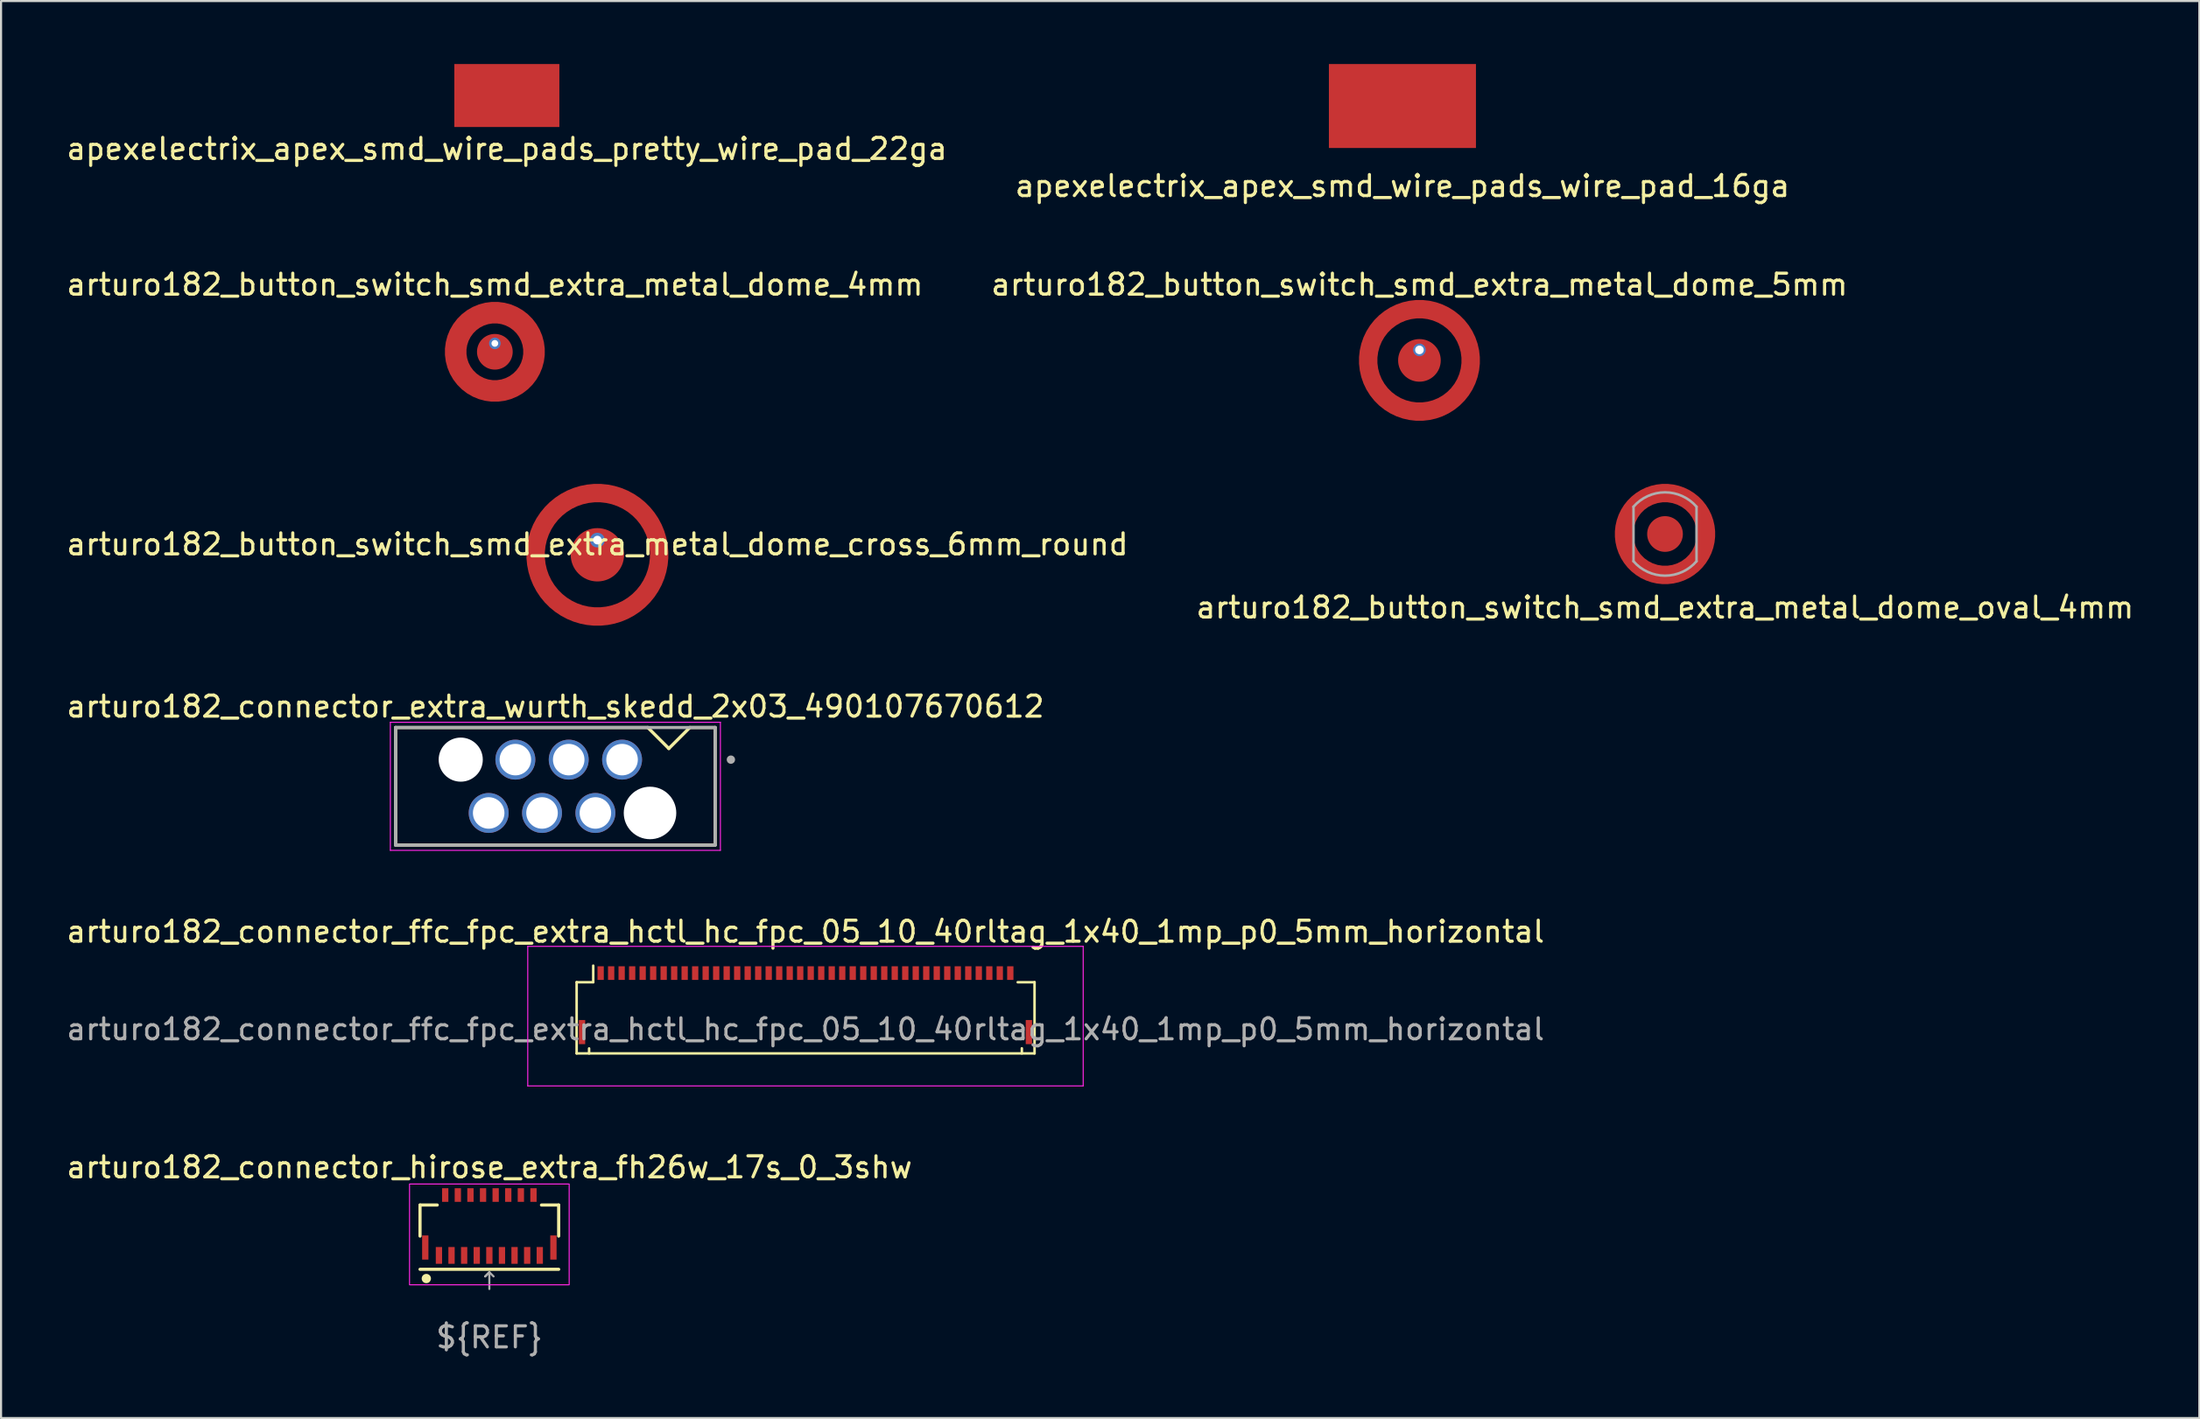
<source format=kicad_pcb>
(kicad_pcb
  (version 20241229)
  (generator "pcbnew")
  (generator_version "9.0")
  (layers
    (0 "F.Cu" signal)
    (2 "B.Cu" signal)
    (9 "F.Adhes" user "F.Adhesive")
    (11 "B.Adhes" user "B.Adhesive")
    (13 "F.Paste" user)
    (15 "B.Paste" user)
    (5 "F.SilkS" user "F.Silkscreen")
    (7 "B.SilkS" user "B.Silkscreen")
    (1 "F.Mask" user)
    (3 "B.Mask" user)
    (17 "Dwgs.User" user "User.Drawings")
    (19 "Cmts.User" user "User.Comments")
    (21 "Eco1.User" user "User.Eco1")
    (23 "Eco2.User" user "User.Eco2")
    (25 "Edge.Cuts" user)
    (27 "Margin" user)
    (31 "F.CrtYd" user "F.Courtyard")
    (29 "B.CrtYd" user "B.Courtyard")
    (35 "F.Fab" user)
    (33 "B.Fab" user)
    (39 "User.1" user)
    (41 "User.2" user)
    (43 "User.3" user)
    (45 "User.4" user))
  (footprint "apexelectrix_apex_smd_wire_pads_pretty_wire_pad_22ga"
    (layer "F.Cu")
    (at 21.077 1.5)
    (property "Reference" "apexelectrix_apex_smd_wire_pads_pretty_wire_pad_22ga" (at 0 2.54 0) (layer "F.SilkS") (effects (font (size 1 1) (thickness 0.15))))
    (attr through_hole)
    (pad "1" smd rect (at 0 0) (size 5 3) (layers "F.Cu" "F.Mask" "F.Paste")))
  (footprint "apexelectrix_apex_smd_wire_pads_wire_pad_16ga"
    (layer "F.Cu")
    (at 63.708 2)
    (property "Reference" "apexelectrix_apex_smd_wire_pads_wire_pad_16ga" (at 0 3.81 0) (layer "F.SilkS") (effects (font (size 1 1) (thickness 0.15))))
    (attr through_hole)
    (pad "1" smd rect (at 0 0) (size 7 4) (layers "F.Cu" "F.Mask" "F.Paste")))
  (footprint "arturo182_button_switch_smd_extra_metal_dome_oval_4mm"
    (layer "F.Cu")
    (at 76.208 22.387)
    (property "Reference" "arturo182_button_switch_smd_extra_metal_dome_oval_4mm" (at 0 3.5 0) (unlocked yes) (layer "F.SilkS") (effects (font (size 1 1) (thickness 0.15))))
    (attr through_hole)
    (fp_line (start -1.5 -1.3) (end -1.5 1.3) (stroke (width 0.12) (type solid)) (layer "F.Fab"))
    (fp_line (start 1.5 -1.3) (end 1.5 1.3) (stroke (width 0.12) (type solid)) (layer "F.Fab"))
    (fp_arc (start -1.499999 -1.299999) (mid 0 -1.984942) (end 1.499999 -1.299999) (stroke (width 0.12) (type solid)) (layer "F.Fab"))
    (fp_arc (start 1.500651 1.299246) (mid 0.000498 1.984942) (end -1.499999 1.299999) (stroke (width 0.12) (type solid)) (layer "F.Fab"))
    (pad "1" smd circle (at 0 0) (size 1.7 1.7) (layers "F.Cu" "F.Mask"))
    (pad "2" smd custom (at -1.95 0) (size 0.8 0.8) (layers "F.Cu" "F.Mask") (options (anchor circle)) (primitives (gr_circle (center 1.95 0) (end 3.9 0) (width 0.88) (fill no)))))
  (footprint "arturo182_button_switch_smd_extra_metal_dome_4mm"
    (layer "F.Cu")
    (at 20.506 13.707)
    (property "Reference" "arturo182_button_switch_smd_extra_metal_dome_4mm" (at 0 -3.2 0) (unlocked yes) (layer "F.SilkS") (effects (font (size 1 1) (thickness 0.15))))
    (attr smd)
    (fp_circle (center 0 0) (end 1.865 0) (stroke (width 0.1) (type solid)) (fill yes) (layer "F.Mask"))
    (pad "1" thru_hole circle (at 0 -0.4) (size 0.55 0.55) (drill 0.32) (layers "*.Cu" "*.Mask"))
    (pad "1" smd circle (at 0 0) (size 1.7 1.7) (layers "F.Cu" "F.Mask"))
    (pad "2" smd custom (at 1.865 0 180) (size 1.03 1.03) (layers "F.Cu" "F.Mask") (options (anchor circle)) (primitives (gr_circle (center 1.865 0) (end 3.73 0) (width 1.03) (fill no)))))
  (footprint "arturo182_button_switch_smd_extra_metal_dome_5mm"
    (layer "F.Cu")
    (at 64.518 14.117)
    (property "Reference" "arturo182_button_switch_smd_extra_metal_dome_5mm" (at 0 -3.61 0) (unlocked yes) (layer "F.SilkS") (effects (font (size 1 1) (thickness 0.15))))
    (attr smd)
    (fp_circle (center 0 0) (end 2.44 0) (stroke (width 0) (type solid)) (fill yes) (layer "F.Mask"))
    (pad "1" thru_hole circle (at 0 -0.5) (size 0.6 0.6) (drill 0.41) (layers "*.Cu" "*.Mask"))
    (pad "1" smd circle (at 0 0) (size 2.03 2.03) (layers "F.Cu" "F.Mask"))
    (pad "2" smd custom (at 2.44 0 180) (size 0.88 0.88) (layers "F.Cu" "F.Mask") (options (anchor circle)) (primitives (gr_circle (center 2.44 0) (end 4.88 0) (width 0.88) (fill no)))))
  (footprint "arturo182_connector_ffc_fpc_extra_hctl_hc_fpc_05_10_40rltag_1x40_1mp_p0_5mm_horizontal"
    (layer "F.Cu")
    (at 35.292 44.428)
    (property "Reference" "arturo182_connector_ffc_fpc_extra_hctl_hc_fpc_05_10_40rltag_1x40_1mp_p0_5mm_horizontal" (at 0 -3.1 0) (layer "F.SilkS") (effects (font (size 1 1) (thickness 0.15))))
    (attr smd)
    (fp_line (start -10.893 -0.69) (end -10.893 2.7) (stroke (width 0.12) (type solid)) (layer "F.SilkS"))
    (fp_line (start -10.893 -0.69) (end -10.103 -0.69) (stroke (width 0.12) (type solid)) (layer "F.SilkS"))
    (fp_line (start -10.893 2.7) (end 10.904 2.7) (stroke (width 0.12) (type solid)) (layer "F.SilkS"))
    (fp_line (start -10.3 2.464) (end -10.3 2.701) (stroke (width 0.12) (type solid)) (layer "F.SilkS"))
    (fp_line (start -10.103 -1.48) (end -10.103 -0.69) (stroke (width 0.12) (type solid)) (layer "F.SilkS"))
    (fp_line (start 10.103 -0.69) (end 10.904 -0.69) (stroke (width 0.12) (type solid)) (layer "F.SilkS"))
    (fp_line (start 10.3 2.457) (end 10.3 2.7) (stroke (width 0.12) (type solid)) (layer "F.SilkS"))
    (fp_line (start 10.904 -0.69) (end 10.904 2.7) (stroke (width 0.12) (type solid)) (layer "F.SilkS"))
    (fp_line (start -13.22 -2.4) (end -13.22 4.25) (stroke (width 0.05) (type solid)) (layer "F.CrtYd"))
    (fp_line (start -13.22 4.25) (end 13.22 4.25) (stroke (width 0.05) (type solid)) (layer "F.CrtYd"))
    (fp_line (start 13.22 -2.4) (end -13.22 -2.4) (stroke (width 0.05) (type solid)) (layer "F.CrtYd"))
    (fp_line (start 13.22 4.25) (end 13.22 -2.4) (stroke (width 0.05) (type solid)) (layer "F.CrtYd"))
    (fp_text user "${REFERENCE}" (at 0 1.55 0) (layer "F.Fab") (effects (font (size 1 1) (thickness 0.15))))
    (pad "1" smd rect (at -9.75 -1.125 180) (size 0.3 0.65) (layers "F.Cu" "F.Mask" "F.Paste"))
    (pad "2" smd rect (at -9.25 -1.125 180) (size 0.3 0.65) (layers "F.Cu" "F.Mask" "F.Paste"))
    (pad "3" smd rect (at -8.75 -1.125 180) (size 0.3 0.65) (layers "F.Cu" "F.Mask" "F.Paste"))
    (pad "4" smd rect (at -8.25 -1.125 180) (size 0.3 0.65) (layers "F.Cu" "F.Mask" "F.Paste"))
    (pad "5" smd rect (at -7.75 -1.125 180) (size 0.3 0.65) (layers "F.Cu" "F.Mask" "F.Paste"))
    (pad "6" smd rect (at -7.25 -1.125 180) (size 0.3 0.65) (layers "F.Cu" "F.Mask" "F.Paste"))
    (pad "7" smd rect (at -6.75 -1.125 180) (size 0.3 0.65) (layers "F.Cu" "F.Mask" "F.Paste"))
    (pad "8" smd rect (at -6.25 -1.125 180) (size 0.3 0.65) (layers "F.Cu" "F.Mask" "F.Paste"))
    (pad "9" smd rect (at -5.75 -1.125 180) (size 0.3 0.65) (layers "F.Cu" "F.Mask" "F.Paste"))
    (pad "10" smd rect (at -5.25 -1.125 180) (size 0.3 0.65) (layers "F.Cu" "F.Mask" "F.Paste"))
    (pad "11" smd rect (at -4.75 -1.125 180) (size 0.3 0.65) (layers "F.Cu" "F.Mask" "F.Paste"))
    (pad "12" smd rect (at -4.25 -1.125 180) (size 0.3 0.65) (layers "F.Cu" "F.Mask" "F.Paste"))
    (pad "13" smd rect (at -3.75 -1.125 180) (size 0.3 0.65) (layers "F.Cu" "F.Mask" "F.Paste"))
    (pad "14" smd rect (at -3.25 -1.125 180) (size 0.3 0.65) (layers "F.Cu" "F.Mask" "F.Paste"))
    (pad "15" smd rect (at -2.75 -1.125 180) (size 0.3 0.65) (layers "F.Cu" "F.Mask" "F.Paste"))
    (pad "16" smd rect (at -2.25 -1.125 180) (size 0.3 0.65) (layers "F.Cu" "F.Mask" "F.Paste"))
    (pad "17" smd rect (at -1.75 -1.125 180) (size 0.3 0.65) (layers "F.Cu" "F.Mask" "F.Paste"))
    (pad "18" smd rect (at -1.25 -1.125 180) (size 0.3 0.65) (layers "F.Cu" "F.Mask" "F.Paste"))
    (pad "19" smd rect (at -0.75 -1.125 180) (size 0.3 0.65) (layers "F.Cu" "F.Mask" "F.Paste"))
    (pad "20" smd rect (at -0.25 -1.125 180) (size 0.3 0.65) (layers "F.Cu" "F.Mask" "F.Paste"))
    (pad "21" smd rect (at 0.25 -1.125 180) (size 0.3 0.65) (layers "F.Cu" "F.Mask" "F.Paste"))
    (pad "22" smd rect (at 0.75 -1.125 180) (size 0.3 0.65) (layers "F.Cu" "F.Mask" "F.Paste"))
    (pad "23" smd rect (at 1.25 -1.125 180) (size 0.3 0.65) (layers "F.Cu" "F.Mask" "F.Paste"))
    (pad "24" smd rect (at 1.75 -1.125 180) (size 0.3 0.65) (layers "F.Cu" "F.Mask" "F.Paste"))
    (pad "25" smd rect (at 2.25 -1.125 180) (size 0.3 0.65) (layers "F.Cu" "F.Mask" "F.Paste"))
    (pad "26" smd rect (at 2.75 -1.125 180) (size 0.3 0.65) (layers "F.Cu" "F.Mask" "F.Paste"))
    (pad "27" smd rect (at 3.25 -1.125 180) (size 0.3 0.65) (layers "F.Cu" "F.Mask" "F.Paste"))
    (pad "28" smd rect (at 3.75 -1.125 180) (size 0.3 0.65) (layers "F.Cu" "F.Mask" "F.Paste"))
    (pad "29" smd rect (at 4.25 -1.125 180) (size 0.3 0.65) (layers "F.Cu" "F.Mask" "F.Paste"))
    (pad "30" smd rect (at 4.75 -1.125 180) (size 0.3 0.65) (layers "F.Cu" "F.Mask" "F.Paste"))
    (pad "31" smd rect (at 5.25 -1.125 180) (size 0.3 0.65) (layers "F.Cu" "F.Mask" "F.Paste"))
    (pad "32" smd rect (at 5.75 -1.125 180) (size 0.3 0.65) (layers "F.Cu" "F.Mask" "F.Paste"))
    (pad "33" smd rect (at 6.25 -1.125 180) (size 0.3 0.65) (layers "F.Cu" "F.Mask" "F.Paste"))
    (pad "34" smd rect (at 6.75 -1.125 180) (size 0.3 0.65) (layers "F.Cu" "F.Mask" "F.Paste"))
    (pad "35" smd rect (at 7.25 -1.125 180) (size 0.3 0.65) (layers "F.Cu" "F.Mask" "F.Paste"))
    (pad "36" smd rect (at 7.75 -1.125 180) (size 0.3 0.65) (layers "F.Cu" "F.Mask" "F.Paste"))
    (pad "37" smd rect (at 8.25 -1.125 180) (size 0.3 0.65) (layers "F.Cu" "F.Mask" "F.Paste"))
    (pad "38" smd rect (at 8.75 -1.125 180) (size 0.3 0.65) (layers "F.Cu" "F.Mask" "F.Paste"))
    (pad "39" smd rect (at 9.25 -1.125 180) (size 0.3 0.65) (layers "F.Cu" "F.Mask" "F.Paste"))
    (pad "40" smd rect (at 9.75 -1.125 180) (size 0.3 0.65) (layers "F.Cu" "F.Mask" "F.Paste"))
    (pad "MP" smd rect (at -10.635 1.685 180) (size 0.3 1.15) (layers "F.Cu" "F.Mask" "F.Paste"))
    (pad "MP" smd rect (at 10.635 1.685 180) (size 0.3 1.15) (layers "F.Cu" "F.Mask" "F.Paste")))
  (footprint "arturo182_button_switch_smd_extra_metal_dome_cross_6mm_round"
    (layer "F.Cu")
    (at 25.387 23.377)
    (property "Reference" "arturo182_button_switch_smd_extra_metal_dome_cross_6mm_round" (at 0 -0.5 0) (unlocked yes) (layer "F.SilkS") (effects (font (size 1 1) (thickness 0.15))))
    (pad "1" thru_hole circle (at 0 -0.7) (size 0.7 0.7) (drill 0.41) (layers "*.Cu" "*.Mask"))
    (pad "1" smd circle (at 0 0) (size 2.54 2.54) (layers "F.Cu" "F.Mask"))
    (pad "2" smd custom (at 2.94 0) (size 0.88 0.88) (layers "F.Cu" "F.Mask") (options (anchor circle)) (primitives (gr_circle (center -2.94 0) (end 0 0) (width 0.88) (fill no)))))
  (footprint "arturo182_connector_hirose_extra_fh26w_17s_0_3shw"
    (layer "F.Cu")
    (at 20.244 55.351)
    (property "Reference" "arturo182_connector_hirose_extra_fh26w_17s_0_3shw" (at 0 -2.8 0) (unlocked yes) (layer "F.SilkS") (effects (font (size 1 1) (thickness 0.15))))
    (attr smd)
    (fp_line (start -3.3 -1) (end -3.3 0.479) (stroke (width 0.15) (type solid)) (layer "F.SilkS"))
    (fp_line (start -3.3 2.062) (end 3.3 2.062) (stroke (width 0.15) (type solid)) (layer "F.SilkS"))
    (fp_line (start -2.481 -1) (end -3.3 -1) (stroke (width 0.15) (type solid)) (layer "F.SilkS"))
    (fp_line (start 2.481 -1) (end 3.3 -1) (stroke (width 0.15) (type solid)) (layer "F.SilkS"))
    (fp_line (start 3.3 -1) (end 3.3 0.479) (stroke (width 0.15) (type solid)) (layer "F.SilkS"))
    (fp_circle (center -3 2.502) (end -2.855 2.502) (stroke (width 0.152) (type solid)) (fill yes) (layer "F.SilkS"))
    (fp_rect (start -3.8 -2) (end 3.8 2.8) (stroke (width 0.05) (type default)) (fill no) (layer "F.CrtYd"))
    (fp_line (start -0.2 2.4) (end 0 2.2) (stroke (width 0.1) (type default)) (layer "F.Fab"))
    (fp_line (start 0 2.2) (end -0.2 2.4) (stroke (width 0.1) (type default)) (layer "F.Fab"))
    (fp_line (start 0 2.2) (end 0.2 2.4) (stroke (width 0.1) (type default)) (layer "F.Fab"))
    (fp_line (start 0 3) (end 0 2.2) (stroke (width 0.1) (type default)) (layer "F.Fab"))
    (fp_text user "${REF}" (at 0 5.3 0) (unlocked yes) (layer "F.Fab") (effects (font (size 1 1) (thickness 0.15))))
    (pad "1" smd rect (at -2.4 1.4) (size 0.3 0.8) (layers "F.Cu" "F.Mask" "F.Paste"))
    (pad "2" smd rect (at -2.1 -1.476) (size 0.3 0.65) (layers "F.Cu" "F.Mask" "F.Paste"))
    (pad "3" smd rect (at -1.8 1.4) (size 0.3 0.8) (layers "F.Cu" "F.Mask" "F.Paste"))
    (pad "4" smd rect (at -1.5 -1.476) (size 0.3 0.65) (layers "F.Cu" "F.Mask" "F.Paste"))
    (pad "5" smd rect (at -1.2 1.4) (size 0.3 0.8) (layers "F.Cu" "F.Mask" "F.Paste"))
    (pad "6" smd rect (at -0.9 -1.476) (size 0.3 0.65) (layers "F.Cu" "F.Mask" "F.Paste"))
    (pad "7" smd rect (at -0.6 1.4) (size 0.3 0.8) (layers "F.Cu" "F.Mask" "F.Paste"))
    (pad "8" smd rect (at -0.3 -1.476) (size 0.3 0.65) (layers "F.Cu" "F.Mask" "F.Paste"))
    (pad "9" smd rect (at 0 1.4) (size 0.3 0.8) (layers "F.Cu" "F.Mask" "F.Paste"))
    (pad "10" smd rect (at 0.3 -1.476) (size 0.3 0.65) (layers "F.Cu" "F.Mask" "F.Paste"))
    (pad "11" smd rect (at 0.6 1.4) (size 0.3 0.8) (layers "F.Cu" "F.Mask" "F.Paste"))
    (pad "12" smd rect (at 0.9 -1.476) (size 0.3 0.65) (layers "F.Cu" "F.Mask" "F.Paste"))
    (pad "13" smd rect (at 1.2 1.4) (size 0.3 0.8) (layers "F.Cu" "F.Mask" "F.Paste"))
    (pad "14" smd rect (at 1.5 -1.476) (size 0.3 0.65) (layers "F.Cu" "F.Mask" "F.Paste"))
    (pad "15" smd rect (at 1.8 1.4) (size 0.3 0.8) (layers "F.Cu" "F.Mask" "F.Paste"))
    (pad "16" smd rect (at 2.1 -1.476) (size 0.3 0.65) (layers "F.Cu" "F.Mask" "F.Paste"))
    (pad "17" smd rect (at 2.4 1.4) (size 0.3 0.8) (layers "F.Cu" "F.Mask" "F.Paste"))
    (pad "18" smd rect (at 3.05 1.024) (size 0.3 1.15) (layers "F.Cu" "F.Mask" "F.Paste"))
    (pad "19" smd rect (at -3.05 1.024) (size 0.3 1.15) (layers "F.Cu" "F.Mask" "F.Paste")))
  (footprint "arturo182_connector_extra_wurth_skedd_2x03_490107670612"
    (layer "F.Cu")
    (at 23.387 34.405)
    (property "Reference" "arturo182_connector_extra_wurth_skedd_2x03_490107670612" (at 0 -3.8 0) (layer "F.SilkS") (effects (font (size 1 1) (thickness 0.15))))
    (attr through_hole exclude_from_pos_files)
    (fp_line (start -7.605 -2.8) (end 4.4 -2.8) (stroke (width 0.15) (type solid)) (layer "F.SilkS"))
    (fp_line (start -7.605 2.8) (end -7.605 -2.8) (stroke (width 0.15) (type solid)) (layer "F.SilkS"))
    (fp_line (start 4.4 -2.8) (end 5.4 -1.8) (stroke (width 0.15) (type solid)) (layer "F.SilkS"))
    (fp_line (start 6.4 -2.8) (end 5.4 -1.8) (stroke (width 0.15) (type solid)) (layer "F.SilkS"))
    (fp_line (start 6.4 -2.8) (end 7.605 -2.8) (stroke (width 0.15) (type default)) (layer "F.SilkS"))
    (fp_line (start 7.605 -2.8) (end 7.605 2.8) (stroke (width 0.15) (type solid)) (layer "F.SilkS"))
    (fp_line (start 7.605 2.8) (end -7.605 2.8) (stroke (width 0.15) (type solid)) (layer "F.SilkS"))
    (fp_line (start -7.855 -3.05) (end -7.855 3.05) (stroke (width 0.05) (type solid)) (layer "F.CrtYd"))
    (fp_line (start -7.855 3.05) (end 7.855 3.05) (stroke (width 0.05) (type solid)) (layer "F.CrtYd"))
    (fp_line (start 7.855 -3.05) (end -7.855 -3.05) (stroke (width 0.05) (type solid)) (layer "F.CrtYd"))
    (fp_line (start 7.855 3.05) (end 7.855 -3.05) (stroke (width 0.05) (type solid)) (layer "F.CrtYd"))
    (fp_line (start -7.605 -2.8) (end 7.605 -2.8) (stroke (width 0.15) (type solid)) (layer "F.Fab"))
    (fp_line (start -7.605 2.8) (end -7.605 -2.8) (stroke (width 0.15) (type solid)) (layer "F.Fab"))
    (fp_line (start 7.605 -2.8) (end 7.605 2.8) (stroke (width 0.15) (type solid)) (layer "F.Fab"))
    (fp_line (start 7.605 2.8) (end -7.605 2.8) (stroke (width 0.15) (type solid)) (layer "F.Fab"))
    (fp_circle (center 8.355 -1.27) (end 8.455 -1.27) (stroke (width 0.2) (type solid)) (fill no) (layer "F.Fab"))
    (pad "" np_thru_hole circle (at -4.505 -1.27) (size 2.1 2.1) (drill 2.15) (layers "*.Cu" "*.Mask"))
    (pad "" np_thru_hole circle (at 4.505 1.27) (size 2.5 2.5) (drill 2.55) (layers "*.Cu" "*.Mask"))
    (pad "1" thru_hole circle (at 3.175 -1.27) (size 1.9 1.9) (drill 1.5) (layers "*.Cu" "*.Mask"))
    (pad "2" thru_hole circle (at 1.905 1.27) (size 1.9 1.9) (drill 1.5) (layers "*.Cu" "*.Mask"))
    (pad "3" thru_hole circle (at 0.635 -1.27) (size 1.9 1.9) (drill 1.5) (layers "*.Cu" "*.Mask"))
    (pad "4" thru_hole circle (at -0.635 1.27) (size 1.9 1.9) (drill 1.5) (layers "*.Cu" "*.Mask"))
    (pad "5" thru_hole circle (at -1.905 -1.27) (size 1.9 1.9) (drill 1.5) (layers "*.Cu" "*.Mask"))
    (pad "6" thru_hole circle (at -3.175 1.27) (size 1.9 1.9) (drill 1.5) (layers "*.Cu" "*.Mask")))
  (gr_rect
    (start -3 -3)
    (end 101.643 64.5)
    (stroke (width 0.1) (type default))
    (fill no)
    (layer "Edge.Cuts")))
</source>
